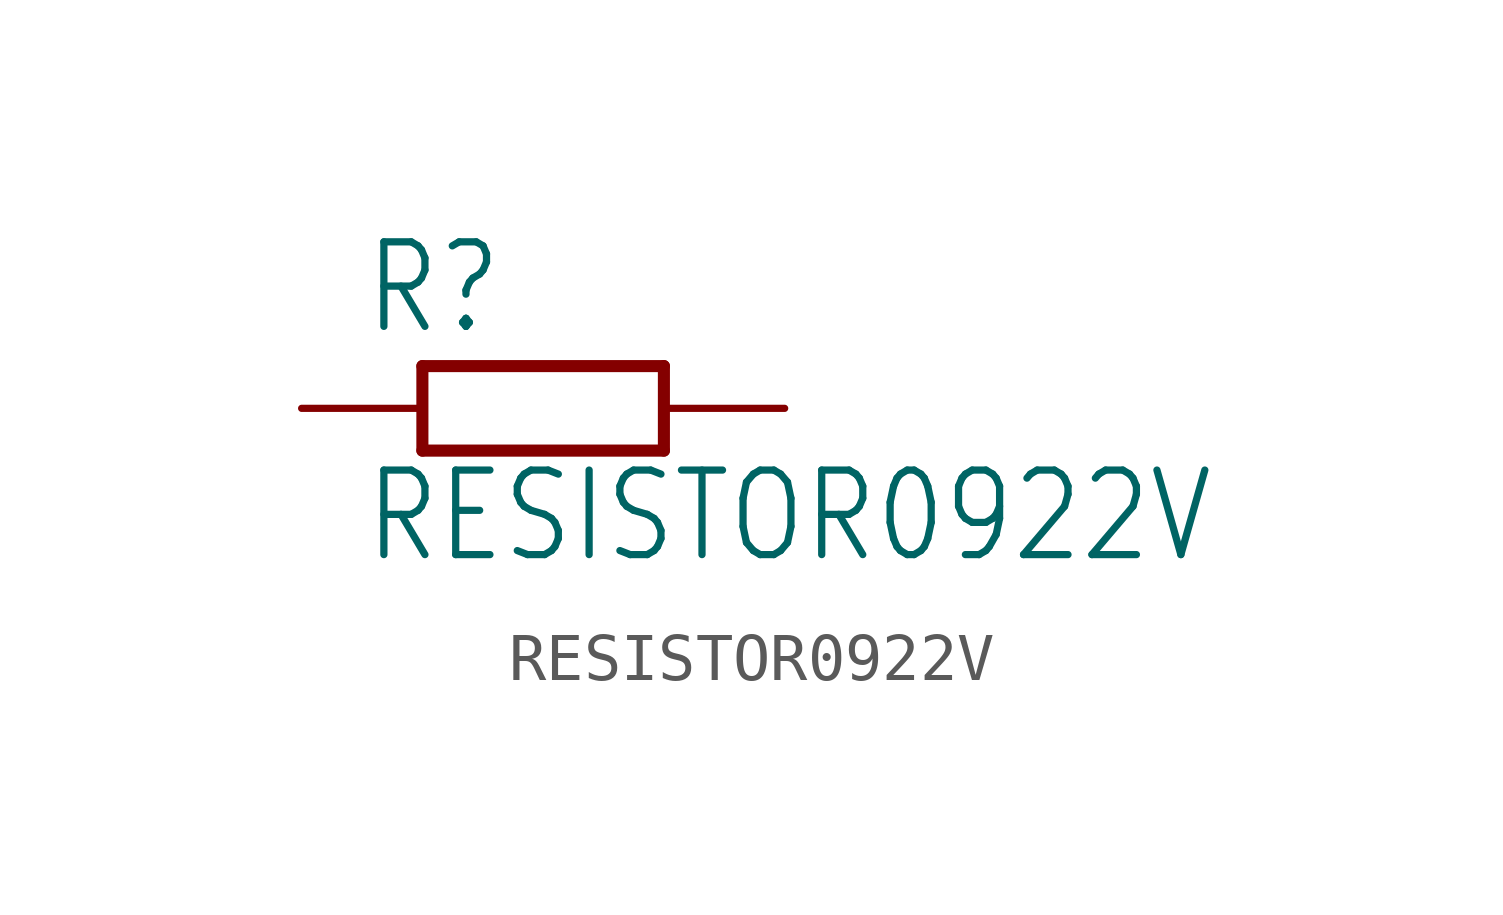
<source format=kicad_sym>
(kicad_symbol_lib
  (version 20211014)
  (generator kicad_symbol_editor)
  (symbol "RESISTOR0922V"
    (property "Reference" "R"
      (at -3.81 1.499 0)
      (effects (font (size 1.778 1.511)) (justify left bottom)))
    (property "Value" "RESISTOR0922V"
      (at -3.81 -3.302 0)
      (effects (font (size 1.778 1.511)) (justify left bottom)))
    (property "ki_locked" ""
      (at 0 0 0)
      (effects (font (size 1.27 1.27))))
    (symbol "RESISTOR0922V_1_0"
      (polyline (pts (xy -2.54 -0.889) (xy -2.54 0.889)) (stroke (width 0.254) (type default) (color 0 0 0 0)) (fill (type none)))
      (polyline (pts (xy -2.54 -0.889) (xy 2.54 -0.889)) (stroke (width 0.254) (type default) (color 0 0 0 0)) (fill (type none)))
      (polyline (pts (xy 2.54 -0.889) (xy 2.54 0.889)) (stroke (width 0.254) (type default) (color 0 0 0 0)) (fill (type none)))
      (polyline (pts (xy 2.54 0.889) (xy -2.54 0.889)) (stroke (width 0.254) (type default) (color 0 0 0 0)) (fill (type none)))
      (pin passive line (at -5.08 0 0) (length 2.54) (name "1" (effects (font (size 0 0)))) (number "1" (effects (font (size 0 0)))))
      (pin passive line (at 5.08 0 180) (length 2.54) (name "2" (effects (font (size 0 0)))) (number "2" (effects (font (size 0 0))))))))
</source>
